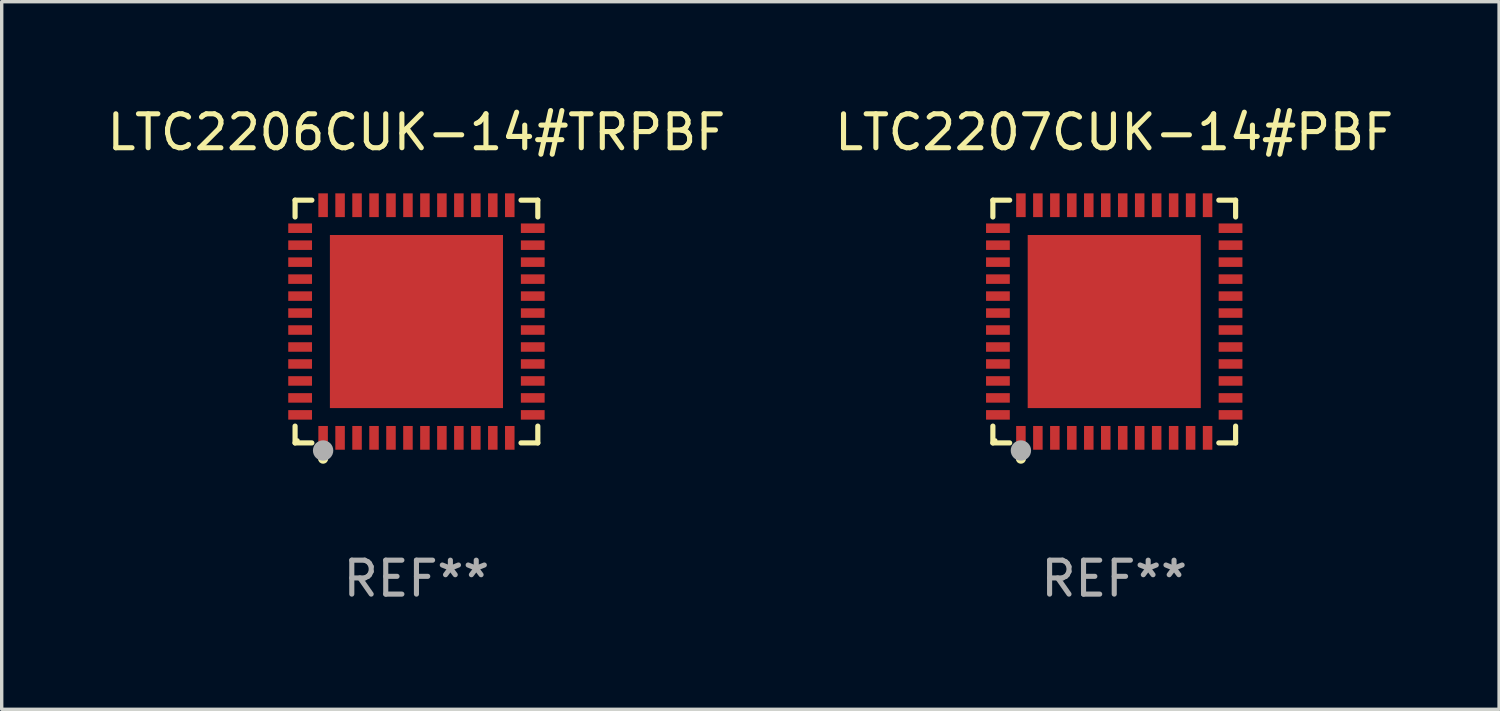
<source format=kicad_pcb>
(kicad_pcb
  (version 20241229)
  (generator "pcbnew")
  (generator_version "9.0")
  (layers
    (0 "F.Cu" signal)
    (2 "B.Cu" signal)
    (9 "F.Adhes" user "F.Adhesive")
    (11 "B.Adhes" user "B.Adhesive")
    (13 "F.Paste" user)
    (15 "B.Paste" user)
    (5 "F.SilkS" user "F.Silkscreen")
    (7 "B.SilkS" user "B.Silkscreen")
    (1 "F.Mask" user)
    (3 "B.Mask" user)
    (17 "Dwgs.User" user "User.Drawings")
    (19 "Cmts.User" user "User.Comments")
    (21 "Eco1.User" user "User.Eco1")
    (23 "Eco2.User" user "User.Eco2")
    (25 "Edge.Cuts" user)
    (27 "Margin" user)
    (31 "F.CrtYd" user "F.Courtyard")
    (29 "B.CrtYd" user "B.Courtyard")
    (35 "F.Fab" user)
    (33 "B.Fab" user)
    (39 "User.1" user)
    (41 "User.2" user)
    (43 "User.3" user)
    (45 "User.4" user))
  (footprint "LTC2207CUK-14#PBF"
    (layer "F.Cu")
    (at 29.78 6.424)
    (property "Reference" "LTC2207CUK-14#PBF" (at 0 -5.576 0) (layer "F.SilkS") (effects (font (size 1 1) (thickness 0.15))))
    (attr through_hole)
    (fp_line (start -3.576 -3.576) (end -3.081 -3.576) (stroke (width 0.152) (type solid)) (layer "F.SilkS"))
    (fp_line (start -3.576 -3.081) (end -3.576 -3.576) (stroke (width 0.152) (type solid)) (layer "F.SilkS"))
    (fp_line (start -3.576 3.081) (end -3.576 3.576) (stroke (width 0.152) (type solid)) (layer "F.SilkS"))
    (fp_line (start -3.576 3.576) (end -3.081 3.576) (stroke (width 0.152) (type solid)) (layer "F.SilkS"))
    (fp_line (start 3.576 -3.576) (end 3.081 -3.576) (stroke (width 0.152) (type solid)) (layer "F.SilkS"))
    (fp_line (start 3.576 -3.081) (end 3.576 -3.576) (stroke (width 0.152) (type solid)) (layer "F.SilkS"))
    (fp_line (start 3.576 3.081) (end 3.576 3.576) (stroke (width 0.152) (type solid)) (layer "F.SilkS"))
    (fp_line (start 3.576 3.576) (end 3.081 3.576) (stroke (width 0.152) (type solid)) (layer "F.SilkS"))
    (fp_circle (center -3.5 3.5) (end -3.47 3.5) (stroke (width 0.06) (type solid)) (fill no) (layer "F.SilkS"))
    (fp_circle (center -2.75 4.04) (end -2.675 4.04) (stroke (width 0.15) (type solid)) (fill no) (layer "F.SilkS"))
    (fp_circle (center -2.75 3.8) (end -2.6 3.8) (stroke (width 0.3) (type solid)) (fill no) (layer "F.Fab"))
    (fp_text user "REF**" (at 0 7.576 0) (layer "F.Fab") (effects (font (size 1 1) (thickness 0.15))))
    (pad "1" smd rect (at -2.75 3.427) (size 0.28 0.7) (layers "F.Cu" "F.Mask" "F.Paste"))
    (pad "2" smd rect (at -2.25 3.427) (size 0.28 0.7) (layers "F.Cu" "F.Mask" "F.Paste"))
    (pad "3" smd rect (at -1.75 3.427) (size 0.28 0.7) (layers "F.Cu" "F.Mask" "F.Paste"))
    (pad "4" smd rect (at -1.25 3.427) (size 0.28 0.7) (layers "F.Cu" "F.Mask" "F.Paste"))
    (pad "5" smd rect (at -0.75 3.427) (size 0.28 0.7) (layers "F.Cu" "F.Mask" "F.Paste"))
    (pad "6" smd rect (at -0.25 3.427) (size 0.28 0.7) (layers "F.Cu" "F.Mask" "F.Paste"))
    (pad "7" smd rect (at 0.25 3.427) (size 0.28 0.7) (layers "F.Cu" "F.Mask" "F.Paste"))
    (pad "8" smd rect (at 0.75 3.427) (size 0.28 0.7) (layers "F.Cu" "F.Mask" "F.Paste"))
    (pad "9" smd rect (at 1.25 3.427) (size 0.28 0.7) (layers "F.Cu" "F.Mask" "F.Paste"))
    (pad "10" smd rect (at 1.75 3.427) (size 0.28 0.7) (layers "F.Cu" "F.Mask" "F.Paste"))
    (pad "11" smd rect (at 2.25 3.427) (size 0.28 0.7) (layers "F.Cu" "F.Mask" "F.Paste"))
    (pad "12" smd rect (at 2.75 3.427) (size 0.28 0.7) (layers "F.Cu" "F.Mask" "F.Paste"))
    (pad "13" smd rect (at 3.427 2.75) (size 0.7 0.28) (layers "F.Cu" "F.Mask" "F.Paste"))
    (pad "14" smd rect (at 3.427 2.25) (size 0.7 0.28) (layers "F.Cu" "F.Mask" "F.Paste"))
    (pad "15" smd rect (at 3.427 1.75) (size 0.7 0.28) (layers "F.Cu" "F.Mask" "F.Paste"))
    (pad "16" smd rect (at 3.427 1.25) (size 0.7 0.28) (layers "F.Cu" "F.Mask" "F.Paste"))
    (pad "17" smd rect (at 3.427 0.75) (size 0.7 0.28) (layers "F.Cu" "F.Mask" "F.Paste"))
    (pad "18" smd rect (at 3.427 0.25) (size 0.7 0.28) (layers "F.Cu" "F.Mask" "F.Paste"))
    (pad "19" smd rect (at 3.427 -0.25) (size 0.7 0.28) (layers "F.Cu" "F.Mask" "F.Paste"))
    (pad "20" smd rect (at 3.427 -0.75) (size 0.7 0.28) (layers "F.Cu" "F.Mask" "F.Paste"))
    (pad "21" smd rect (at 3.427 -1.25) (size 0.7 0.28) (layers "F.Cu" "F.Mask" "F.Paste"))
    (pad "22" smd rect (at 3.427 -1.75) (size 0.7 0.28) (layers "F.Cu" "F.Mask" "F.Paste"))
    (pad "23" smd rect (at 3.427 -2.25) (size 0.7 0.28) (layers "F.Cu" "F.Mask" "F.Paste"))
    (pad "24" smd rect (at 3.427 -2.75) (size 0.7 0.28) (layers "F.Cu" "F.Mask" "F.Paste"))
    (pad "25" smd rect (at 2.75 -3.427) (size 0.28 0.7) (layers "F.Cu" "F.Mask" "F.Paste"))
    (pad "26" smd rect (at 2.25 -3.427) (size 0.28 0.7) (layers "F.Cu" "F.Mask" "F.Paste"))
    (pad "27" smd rect (at 1.75 -3.427) (size 0.28 0.7) (layers "F.Cu" "F.Mask" "F.Paste"))
    (pad "28" smd rect (at 1.25 -3.427) (size 0.28 0.7) (layers "F.Cu" "F.Mask" "F.Paste"))
    (pad "29" smd rect (at 0.75 -3.427) (size 0.28 0.7) (layers "F.Cu" "F.Mask" "F.Paste"))
    (pad "30" smd rect (at 0.25 -3.427) (size 0.28 0.7) (layers "F.Cu" "F.Mask" "F.Paste"))
    (pad "31" smd rect (at -0.25 -3.427) (size 0.28 0.7) (layers "F.Cu" "F.Mask" "F.Paste"))
    (pad "32" smd rect (at -0.75 -3.427) (size 0.28 0.7) (layers "F.Cu" "F.Mask" "F.Paste"))
    (pad "33" smd rect (at -1.25 -3.427) (size 0.28 0.7) (layers "F.Cu" "F.Mask" "F.Paste"))
    (pad "34" smd rect (at -1.75 -3.427) (size 0.28 0.7) (layers "F.Cu" "F.Mask" "F.Paste"))
    (pad "35" smd rect (at -2.25 -3.427) (size 0.28 0.7) (layers "F.Cu" "F.Mask" "F.Paste"))
    (pad "36" smd rect (at -2.75 -3.427) (size 0.28 0.7) (layers "F.Cu" "F.Mask" "F.Paste"))
    (pad "37" smd rect (at -3.427 -2.75) (size 0.7 0.28) (layers "F.Cu" "F.Mask" "F.Paste"))
    (pad "38" smd rect (at -3.427 -2.25) (size 0.7 0.28) (layers "F.Cu" "F.Mask" "F.Paste"))
    (pad "39" smd rect (at -3.427 -1.75) (size 0.7 0.28) (layers "F.Cu" "F.Mask" "F.Paste"))
    (pad "40" smd rect (at -3.427 -1.25) (size 0.7 0.28) (layers "F.Cu" "F.Mask" "F.Paste"))
    (pad "41" smd rect (at -3.427 -0.75) (size 0.7 0.28) (layers "F.Cu" "F.Mask" "F.Paste"))
    (pad "42" smd rect (at -3.427 -0.25) (size 0.7 0.28) (layers "F.Cu" "F.Mask" "F.Paste"))
    (pad "43" smd rect (at -3.427 0.25) (size 0.7 0.28) (layers "F.Cu" "F.Mask" "F.Paste"))
    (pad "44" smd rect (at -3.427 0.75) (size 0.7 0.28) (layers "F.Cu" "F.Mask" "F.Paste"))
    (pad "45" smd rect (at -3.427 1.25) (size 0.7 0.28) (layers "F.Cu" "F.Mask" "F.Paste"))
    (pad "46" smd rect (at -3.427 1.75) (size 0.7 0.28) (layers "F.Cu" "F.Mask" "F.Paste"))
    (pad "47" smd rect (at -3.427 2.25) (size 0.7 0.28) (layers "F.Cu" "F.Mask" "F.Paste"))
    (pad "48" smd rect (at -3.427 2.75) (size 0.7 0.28) (layers "F.Cu" "F.Mask" "F.Paste"))
    (pad "49" smd rect (at 0 0) (size 5.1 5.1) (layers "F.Cu" "F.Mask" "F.Paste")))
  (footprint "LTC2206CUK-14#TRPBF"
    (layer "F.Cu")
    (at 9.22 6.424)
    (property "Reference" "LTC2206CUK-14#TRPBF" (at 0 -5.576 0) (layer "F.SilkS") (effects (font (size 1 1) (thickness 0.15))))
    (attr through_hole)
    (fp_line (start -3.576 -3.576) (end -3.081 -3.576) (stroke (width 0.152) (type solid)) (layer "F.SilkS"))
    (fp_line (start -3.576 -3.081) (end -3.576 -3.576) (stroke (width 0.152) (type solid)) (layer "F.SilkS"))
    (fp_line (start -3.576 3.081) (end -3.576 3.576) (stroke (width 0.152) (type solid)) (layer "F.SilkS"))
    (fp_line (start -3.576 3.576) (end -3.081 3.576) (stroke (width 0.152) (type solid)) (layer "F.SilkS"))
    (fp_line (start 3.576 -3.576) (end 3.081 -3.576) (stroke (width 0.152) (type solid)) (layer "F.SilkS"))
    (fp_line (start 3.576 -3.081) (end 3.576 -3.576) (stroke (width 0.152) (type solid)) (layer "F.SilkS"))
    (fp_line (start 3.576 3.081) (end 3.576 3.576) (stroke (width 0.152) (type solid)) (layer "F.SilkS"))
    (fp_line (start 3.576 3.576) (end 3.081 3.576) (stroke (width 0.152) (type solid)) (layer "F.SilkS"))
    (fp_circle (center -3.5 3.5) (end -3.47 3.5) (stroke (width 0.06) (type solid)) (fill no) (layer "F.SilkS"))
    (fp_circle (center -2.75 4.04) (end -2.675 4.04) (stroke (width 0.15) (type solid)) (fill no) (layer "F.SilkS"))
    (fp_circle (center -2.75 3.8) (end -2.6 3.8) (stroke (width 0.3) (type solid)) (fill no) (layer "F.Fab"))
    (fp_text user "REF**" (at 0 7.576 0) (layer "F.Fab") (effects (font (size 1 1) (thickness 0.15))))
    (pad "1" smd rect (at -2.75 3.427) (size 0.28 0.7) (layers "F.Cu" "F.Mask" "F.Paste"))
    (pad "2" smd rect (at -2.25 3.427) (size 0.28 0.7) (layers "F.Cu" "F.Mask" "F.Paste"))
    (pad "3" smd rect (at -1.75 3.427) (size 0.28 0.7) (layers "F.Cu" "F.Mask" "F.Paste"))
    (pad "4" smd rect (at -1.25 3.427) (size 0.28 0.7) (layers "F.Cu" "F.Mask" "F.Paste"))
    (pad "5" smd rect (at -0.75 3.427) (size 0.28 0.7) (layers "F.Cu" "F.Mask" "F.Paste"))
    (pad "6" smd rect (at -0.25 3.427) (size 0.28 0.7) (layers "F.Cu" "F.Mask" "F.Paste"))
    (pad "7" smd rect (at 0.25 3.427) (size 0.28 0.7) (layers "F.Cu" "F.Mask" "F.Paste"))
    (pad "8" smd rect (at 0.75 3.427) (size 0.28 0.7) (layers "F.Cu" "F.Mask" "F.Paste"))
    (pad "9" smd rect (at 1.25 3.427) (size 0.28 0.7) (layers "F.Cu" "F.Mask" "F.Paste"))
    (pad "10" smd rect (at 1.75 3.427) (size 0.28 0.7) (layers "F.Cu" "F.Mask" "F.Paste"))
    (pad "11" smd rect (at 2.25 3.427) (size 0.28 0.7) (layers "F.Cu" "F.Mask" "F.Paste"))
    (pad "12" smd rect (at 2.75 3.427) (size 0.28 0.7) (layers "F.Cu" "F.Mask" "F.Paste"))
    (pad "13" smd rect (at 3.427 2.75) (size 0.7 0.28) (layers "F.Cu" "F.Mask" "F.Paste"))
    (pad "14" smd rect (at 3.427 2.25) (size 0.7 0.28) (layers "F.Cu" "F.Mask" "F.Paste"))
    (pad "15" smd rect (at 3.427 1.75) (size 0.7 0.28) (layers "F.Cu" "F.Mask" "F.Paste"))
    (pad "16" smd rect (at 3.427 1.25) (size 0.7 0.28) (layers "F.Cu" "F.Mask" "F.Paste"))
    (pad "17" smd rect (at 3.427 0.75) (size 0.7 0.28) (layers "F.Cu" "F.Mask" "F.Paste"))
    (pad "18" smd rect (at 3.427 0.25) (size 0.7 0.28) (layers "F.Cu" "F.Mask" "F.Paste"))
    (pad "19" smd rect (at 3.427 -0.25) (size 0.7 0.28) (layers "F.Cu" "F.Mask" "F.Paste"))
    (pad "20" smd rect (at 3.427 -0.75) (size 0.7 0.28) (layers "F.Cu" "F.Mask" "F.Paste"))
    (pad "21" smd rect (at 3.427 -1.25) (size 0.7 0.28) (layers "F.Cu" "F.Mask" "F.Paste"))
    (pad "22" smd rect (at 3.427 -1.75) (size 0.7 0.28) (layers "F.Cu" "F.Mask" "F.Paste"))
    (pad "23" smd rect (at 3.427 -2.25) (size 0.7 0.28) (layers "F.Cu" "F.Mask" "F.Paste"))
    (pad "24" smd rect (at 3.427 -2.75) (size 0.7 0.28) (layers "F.Cu" "F.Mask" "F.Paste"))
    (pad "25" smd rect (at 2.75 -3.427) (size 0.28 0.7) (layers "F.Cu" "F.Mask" "F.Paste"))
    (pad "26" smd rect (at 2.25 -3.427) (size 0.28 0.7) (layers "F.Cu" "F.Mask" "F.Paste"))
    (pad "27" smd rect (at 1.75 -3.427) (size 0.28 0.7) (layers "F.Cu" "F.Mask" "F.Paste"))
    (pad "28" smd rect (at 1.25 -3.427) (size 0.28 0.7) (layers "F.Cu" "F.Mask" "F.Paste"))
    (pad "29" smd rect (at 0.75 -3.427) (size 0.28 0.7) (layers "F.Cu" "F.Mask" "F.Paste"))
    (pad "30" smd rect (at 0.25 -3.427) (size 0.28 0.7) (layers "F.Cu" "F.Mask" "F.Paste"))
    (pad "31" smd rect (at -0.25 -3.427) (size 0.28 0.7) (layers "F.Cu" "F.Mask" "F.Paste"))
    (pad "32" smd rect (at -0.75 -3.427) (size 0.28 0.7) (layers "F.Cu" "F.Mask" "F.Paste"))
    (pad "33" smd rect (at -1.25 -3.427) (size 0.28 0.7) (layers "F.Cu" "F.Mask" "F.Paste"))
    (pad "34" smd rect (at -1.75 -3.427) (size 0.28 0.7) (layers "F.Cu" "F.Mask" "F.Paste"))
    (pad "35" smd rect (at -2.25 -3.427) (size 0.28 0.7) (layers "F.Cu" "F.Mask" "F.Paste"))
    (pad "36" smd rect (at -2.75 -3.427) (size 0.28 0.7) (layers "F.Cu" "F.Mask" "F.Paste"))
    (pad "37" smd rect (at -3.427 -2.75) (size 0.7 0.28) (layers "F.Cu" "F.Mask" "F.Paste"))
    (pad "38" smd rect (at -3.427 -2.25) (size 0.7 0.28) (layers "F.Cu" "F.Mask" "F.Paste"))
    (pad "39" smd rect (at -3.427 -1.75) (size 0.7 0.28) (layers "F.Cu" "F.Mask" "F.Paste"))
    (pad "40" smd rect (at -3.427 -1.25) (size 0.7 0.28) (layers "F.Cu" "F.Mask" "F.Paste"))
    (pad "41" smd rect (at -3.427 -0.75) (size 0.7 0.28) (layers "F.Cu" "F.Mask" "F.Paste"))
    (pad "42" smd rect (at -3.427 -0.25) (size 0.7 0.28) (layers "F.Cu" "F.Mask" "F.Paste"))
    (pad "43" smd rect (at -3.427 0.25) (size 0.7 0.28) (layers "F.Cu" "F.Mask" "F.Paste"))
    (pad "44" smd rect (at -3.427 0.75) (size 0.7 0.28) (layers "F.Cu" "F.Mask" "F.Paste"))
    (pad "45" smd rect (at -3.427 1.25) (size 0.7 0.28) (layers "F.Cu" "F.Mask" "F.Paste"))
    (pad "46" smd rect (at -3.427 1.75) (size 0.7 0.28) (layers "F.Cu" "F.Mask" "F.Paste"))
    (pad "47" smd rect (at -3.427 2.25) (size 0.7 0.28) (layers "F.Cu" "F.Mask" "F.Paste"))
    (pad "48" smd rect (at -3.427 2.75) (size 0.7 0.28) (layers "F.Cu" "F.Mask" "F.Paste"))
    (pad "49" smd rect (at 0 0) (size 5.1 5.1) (layers "F.Cu" "F.Mask" "F.Paste")))
  (gr_rect
    (start -3 -3)
    (end 41.119 17.849)
    (stroke (width 0.1) (type default))
    (fill no)
    (layer "Edge.Cuts")))
</source>
